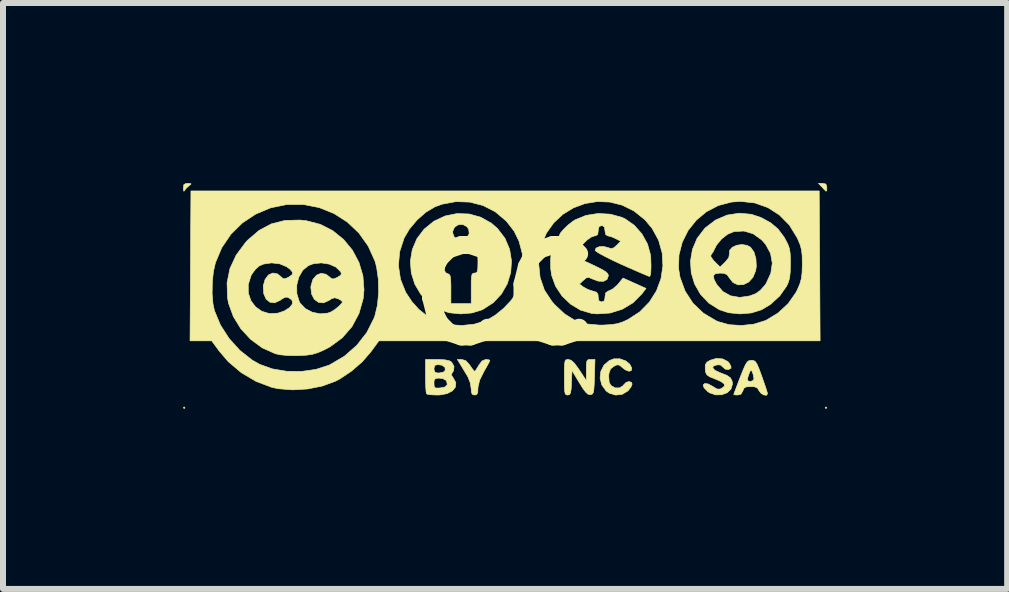
<source format=kicad_pcb>
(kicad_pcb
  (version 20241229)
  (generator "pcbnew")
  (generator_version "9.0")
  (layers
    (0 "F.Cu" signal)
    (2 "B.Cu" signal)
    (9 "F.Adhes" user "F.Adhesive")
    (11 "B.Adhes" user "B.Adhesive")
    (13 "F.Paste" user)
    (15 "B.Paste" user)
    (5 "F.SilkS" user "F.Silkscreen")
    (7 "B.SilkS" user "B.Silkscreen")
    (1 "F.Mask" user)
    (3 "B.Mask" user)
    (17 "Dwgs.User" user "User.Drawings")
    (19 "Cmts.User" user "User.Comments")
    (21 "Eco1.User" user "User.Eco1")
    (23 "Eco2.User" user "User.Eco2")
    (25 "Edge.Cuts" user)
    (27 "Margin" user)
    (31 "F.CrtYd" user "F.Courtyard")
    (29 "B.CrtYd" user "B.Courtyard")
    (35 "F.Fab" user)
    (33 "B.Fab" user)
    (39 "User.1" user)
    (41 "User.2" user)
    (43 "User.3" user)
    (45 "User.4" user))
  (footprint "CC"
    (layer "F.Cu")
    (at 5.367 1.868)
    (property "Reference" "CC" (at 0 0 0) (layer "F.SilkS") (effects (font (size 1.524 1.524) (thickness 0.3))))
    (attr through_hole)
    (fp_poly (pts (xy -5.334 1.877) (xy -5.348 1.891) (xy -5.362 1.877) (xy -5.348 1.863) (xy -5.334 1.877)) (stroke (width 0.01) (type solid)) (fill yes) (layer "F.SilkS"))
    (fp_poly (pts (xy 5.362 1.877) (xy 5.348 1.891) (xy 5.334 1.877) (xy 5.348 1.863) (xy 5.362 1.877)) (stroke (width 0.01) (type solid)) (fill yes) (layer "F.SilkS"))
    (fp_poly (pts (xy 5.346 -1.851) (xy 5.362 -1.804) (xy 5.362 -1.792) (xy 5.361 -1.742) (xy 5.35 -1.731) (xy 5.317 -1.761) (xy 5.286 -1.795) (xy 5.223 -1.863) (xy 5.293 -1.863) (xy 5.346 -1.851)) (stroke (width 0.01) (type solid)) (fill yes) (layer "F.SilkS"))
    (fp_poly (pts (xy -5.235 -1.858) (xy -5.236 -1.846) (xy -5.255 -1.833) (xy -5.312 -1.783) (xy -5.332 -1.756) (xy -5.352 -1.73) (xy -5.36 -1.751) (xy -5.361 -1.785) (xy -5.353 -1.842) (xy -5.316 -1.861) (xy -5.285 -1.862) (xy -5.235 -1.858)) (stroke (width 0.01) (type solid)) (fill yes) (layer "F.SilkS"))
    (fp_poly (pts (xy -0.656 1.092) (xy -0.594 1.158) (xy -0.586 1.171) (xy -0.543 1.232) (xy -0.513 1.267) (xy -0.507 1.27) (xy -0.486 1.248) (xy -0.451 1.192) (xy -0.439 1.171) (xy -0.385 1.098) (xy -0.325 1.073) (xy -0.32 1.072) (xy -0.269 1.078) (xy -0.254 1.089) (xy -0.267 1.12) (xy -0.302 1.185) (xy -0.351 1.271) (xy -0.353 1.274) (xy -0.423 1.415) (xy -0.451 1.532) (xy -0.452 1.554) (xy -0.456 1.627) (xy -0.476 1.659) (xy -0.508 1.665) (xy -0.546 1.655) (xy -0.562 1.614) (xy -0.565 1.559) (xy -0.58 1.463) (xy -0.618 1.366) (xy -0.624 1.355) (xy -0.68 1.262) (xy -0.735 1.171) (xy -0.739 1.164) (xy -0.795 1.072) (xy -0.722 1.072) (xy -0.656 1.092)) (stroke (width 0.01) (type solid)) (fill yes) (layer "F.SilkS"))
    (fp_poly (pts (xy 2.012 1.097) (xy 2.078 1.151) (xy 2.112 1.217) (xy 2.104 1.258) (xy 2.064 1.269) (xy 2.003 1.245) (xy 1.955 1.207) (xy 1.904 1.166) (xy 1.862 1.163) (xy 1.812 1.187) (xy 1.758 1.23) (xy 1.733 1.296) (xy 1.727 1.345) (xy 1.734 1.451) (xy 1.764 1.506) (xy 1.834 1.546) (xy 1.909 1.546) (xy 1.967 1.509) (xy 1.976 1.496) (xy 2.016 1.455) (xy 2.067 1.44) (xy 2.107 1.455) (xy 2.117 1.483) (xy 2.098 1.531) (xy 2.052 1.591) (xy 2.047 1.596) (xy 1.953 1.653) (xy 1.843 1.666) (xy 1.736 1.634) (xy 1.684 1.597) (xy 1.612 1.497) (xy 1.583 1.383) (xy 1.596 1.269) (xy 1.648 1.167) (xy 1.735 1.092) (xy 1.811 1.062) (xy 1.912 1.061) (xy 2.012 1.097)) (stroke (width 0.01) (type solid)) (fill yes) (layer "F.SilkS"))
    (fp_poly (pts (xy 1.49 1.362) (xy 1.485 1.492) (xy 1.479 1.577) (xy 1.469 1.626) (xy 1.452 1.65) (xy 1.427 1.659) (xy 1.422 1.659) (xy 1.386 1.654) (xy 1.346 1.62) (xy 1.294 1.551) (xy 1.239 1.462) (xy 1.115 1.256) (xy 1.106 1.46) (xy 1.101 1.567) (xy 1.091 1.629) (xy 1.074 1.657) (xy 1.047 1.665) (xy 1.043 1.665) (xy 1.018 1.661) (xy 1.002 1.643) (xy 0.993 1.599) (xy 0.989 1.522) (xy 0.988 1.399) (xy 0.988 1.369) (xy 0.988 1.237) (xy 0.991 1.151) (xy 0.999 1.102) (xy 1.013 1.079) (xy 1.037 1.073) (xy 1.055 1.072) (xy 1.101 1.086) (xy 1.151 1.13) (xy 1.215 1.215) (xy 1.238 1.249) (xy 1.354 1.425) (xy 1.354 1.249) (xy 1.356 1.153) (xy 1.363 1.1) (xy 1.382 1.077) (xy 1.418 1.072) (xy 1.426 1.072) (xy 1.498 1.072) (xy 1.49 1.362)) (stroke (width 0.01) (type solid)) (fill yes) (layer "F.SilkS"))
    (fp_poly (pts (xy 3.626 1.063) (xy 3.712 1.107) (xy 3.737 1.135) (xy 3.764 1.188) (xy 3.765 1.218) (xy 3.723 1.241) (xy 3.668 1.233) (xy 3.63 1.199) (xy 3.63 1.198) (xy 3.589 1.164) (xy 3.535 1.162) (xy 3.473 1.181) (xy 3.461 1.213) (xy 3.496 1.252) (xy 3.577 1.291) (xy 3.59 1.296) (xy 3.696 1.337) (xy 3.757 1.38) (xy 3.784 1.434) (xy 3.789 1.485) (xy 3.764 1.567) (xy 3.701 1.627) (xy 3.611 1.66) (xy 3.51 1.663) (xy 3.412 1.63) (xy 3.376 1.607) (xy 3.315 1.543) (xy 3.301 1.496) (xy 3.327 1.473) (xy 3.384 1.48) (xy 3.465 1.524) (xy 3.469 1.527) (xy 3.532 1.565) (xy 3.58 1.566) (xy 3.611 1.553) (xy 3.656 1.517) (xy 3.651 1.479) (xy 3.594 1.438) (xy 3.497 1.396) (xy 3.41 1.361) (xy 3.364 1.329) (xy 3.343 1.288) (xy 3.336 1.235) (xy 3.336 1.162) (xy 3.363 1.118) (xy 3.417 1.086) (xy 3.521 1.055) (xy 3.626 1.063)) (stroke (width 0.01) (type solid)) (fill yes) (layer "F.SilkS"))
    (fp_poly (pts (xy 4.142 1.09) (xy 4.171 1.108) (xy 4.198 1.149) (xy 4.23 1.223) (xy 4.274 1.341) (xy 4.279 1.355) (xy 4.319 1.47) (xy 4.351 1.564) (xy 4.37 1.627) (xy 4.374 1.644) (xy 4.356 1.669) (xy 4.313 1.664) (xy 4.266 1.637) (xy 4.234 1.595) (xy 4.233 1.595) (xy 4.206 1.548) (xy 4.158 1.528) (xy 4.093 1.524) (xy 4.018 1.529) (xy 3.98 1.552) (xy 3.963 1.595) (xy 3.931 1.651) (xy 3.877 1.665) (xy 3.826 1.662) (xy 3.81 1.657) (xy 3.82 1.628) (xy 3.846 1.559) (xy 3.884 1.459) (xy 3.912 1.385) (xy 4.041 1.385) (xy 4.043 1.425) (xy 4.077 1.439) (xy 4.092 1.439) (xy 4.139 1.42) (xy 4.147 1.39) (xy 4.134 1.322) (xy 4.122 1.284) (xy 4.104 1.25) (xy 4.088 1.26) (xy 4.067 1.307) (xy 4.041 1.385) (xy 3.912 1.385) (xy 3.919 1.367) (xy 3.969 1.242) (xy 4.005 1.161) (xy 4.035 1.114) (xy 4.063 1.093) (xy 4.097 1.087) (xy 4.106 1.087) (xy 4.142 1.09)) (stroke (width 0.01) (type solid)) (fill yes) (layer "F.SilkS"))
    (fp_poly (pts (xy -1.006 1.078) (xy -0.928 1.094) (xy -0.891 1.117) (xy -0.851 1.187) (xy -0.858 1.26) (xy -0.88 1.292) (xy -0.896 1.329) (xy -0.867 1.376) (xy -0.866 1.377) (xy -0.821 1.457) (xy -0.827 1.532) (xy -0.877 1.595) (xy -0.967 1.642) (xy -1.09 1.664) (xy -1.128 1.665) (xy -1.219 1.662) (xy -1.285 1.654) (xy -1.308 1.646) (xy -1.316 1.612) (xy -1.322 1.534) (xy -1.324 1.469) (xy -1.185 1.469) (xy -1.181 1.525) (xy -1.158 1.548) (xy -1.098 1.548) (xy -1.08 1.547) (xy -1.002 1.531) (xy -0.967 1.496) (xy -0.964 1.485) (xy -0.976 1.426) (xy -1.036 1.391) (xy -1.108 1.383) (xy -1.162 1.391) (xy -1.183 1.425) (xy -1.185 1.469) (xy -1.324 1.469) (xy -1.326 1.426) (xy -1.326 1.35) (xy -1.326 1.228) (xy -1.185 1.228) (xy -1.176 1.278) (xy -1.138 1.296) (xy -1.1 1.298) (xy -1.027 1.283) (xy -0.997 1.253) (xy -1.002 1.203) (xy -1.052 1.168) (xy -1.122 1.158) (xy -1.171 1.171) (xy -1.185 1.221) (xy -1.185 1.228) (xy -1.326 1.228) (xy -1.326 1.072) (xy -1.131 1.072) (xy -1.006 1.078)) (stroke (width 0.01) (type solid)) (fill yes) (layer "F.SilkS"))
    (fp_poly (pts (xy 0.846 -0.764) (xy 0.914 -0.743) (xy 1.015 -0.703) (xy 1.157 -0.641) (xy 1.267 -0.592) (xy 1.433 -0.517) (xy 1.553 -0.459) (xy 1.636 -0.416) (xy 1.687 -0.382) (xy 1.713 -0.354) (xy 1.721 -0.328) (xy 1.722 -0.324) (xy 1.699 -0.261) (xy 1.64 -0.23) (xy 1.553 -0.233) (xy 1.456 -0.269) (xy 1.396 -0.295) (xy 1.354 -0.288) (xy 1.307 -0.249) (xy 1.239 -0.185) (xy 1.304 -0.136) (xy 1.38 -0.094) (xy 1.46 -0.068) (xy 1.525 -0.048) (xy 1.549 -0.01) (xy 1.552 0.031) (xy 1.562 0.092) (xy 1.597 0.112) (xy 1.609 0.113) (xy 1.65 0.099) (xy 1.665 0.05) (xy 1.665 0.029) (xy 1.676 -0.037) (xy 1.719 -0.068) (xy 1.736 -0.073) (xy 1.799 -0.106) (xy 1.868 -0.166) (xy 1.887 -0.188) (xy 1.966 -0.284) (xy 2.158 -0.198) (xy 2.349 -0.112) (xy 2.28 -0.021) (xy 2.132 0.128) (xy 1.952 0.236) (xy 1.748 0.299) (xy 1.53 0.313) (xy 1.439 0.304) (xy 1.257 0.25) (xy 1.091 0.15) (xy 0.949 0.014) (xy 0.841 -0.149) (xy 0.776 -0.329) (xy 0.761 -0.437) (xy 0.758 -0.579) (xy 0.767 -0.689) (xy 0.786 -0.756) (xy 0.787 -0.758) (xy 0.806 -0.769) (xy 0.846 -0.764)) (stroke (width 0.01) (type solid)) (fill yes) (layer "F.SilkS"))
    (fp_poly (pts (xy 1.753 -1.349) (xy 1.946 -1.296) (xy 2.002 -1.27) (xy 2.154 -1.163) (xy 2.281 -1.019) (xy 2.374 -0.851) (xy 2.423 -0.673) (xy 2.428 -0.621) (xy 2.432 -0.477) (xy 2.428 -0.375) (xy 2.416 -0.32) (xy 2.406 -0.311) (xy 2.374 -0.323) (xy 2.3 -0.354) (xy 2.193 -0.4) (xy 2.06 -0.458) (xy 1.947 -0.508) (xy 1.799 -0.577) (xy 1.673 -0.64) (xy 1.575 -0.692) (xy 1.516 -0.73) (xy 1.501 -0.746) (xy 1.516 -0.784) (xy 1.569 -0.807) (xy 1.641 -0.811) (xy 1.714 -0.792) (xy 1.77 -0.775) (xy 1.815 -0.79) (xy 1.857 -0.828) (xy 1.927 -0.898) (xy 1.84 -0.943) (xy 1.768 -0.974) (xy 1.711 -0.988) (xy 1.709 -0.988) (xy 1.675 -1.011) (xy 1.665 -1.072) (xy 1.656 -1.134) (xy 1.623 -1.156) (xy 1.609 -1.157) (xy 1.567 -1.144) (xy 1.553 -1.094) (xy 1.552 -1.072) (xy 1.544 -1.011) (xy 1.511 -0.989) (xy 1.494 -0.988) (xy 1.438 -0.969) (xy 1.37 -0.921) (xy 1.349 -0.902) (xy 1.263 -0.815) (xy 1.083 -0.894) (xy 0.994 -0.935) (xy 0.929 -0.97) (xy 0.903 -0.991) (xy 0.903 -0.992) (xy 0.924 -1.036) (xy 0.978 -1.099) (xy 1.051 -1.169) (xy 1.13 -1.231) (xy 1.167 -1.254) (xy 1.347 -1.328) (xy 1.548 -1.36) (xy 1.753 -1.349)) (stroke (width 0.01) (type solid)) (fill yes) (layer "F.SilkS"))
    (fp_poly (pts (xy -0.599 -1.352) (xy -0.405 -1.298) (xy -0.225 -1.196) (xy -0.128 -1.112) (xy -0.002 -0.947) (xy 0.076 -0.763) (xy 0.107 -0.57) (xy 0.094 -0.376) (xy 0.037 -0.189) (xy -0.061 -0.018) (xy -0.199 0.128) (xy -0.375 0.241) (xy -0.381 0.244) (xy -0.55 0.297) (xy -0.741 0.313) (xy -0.931 0.294) (xy -1.087 0.243) (xy -1.265 0.131) (xy -1.405 -0.014) (xy -1.505 -0.184) (xy -1.563 -0.37) (xy -1.578 -0.563) (xy -1.578 -0.565) (xy -1.016 -0.565) (xy -1.014 -0.462) (xy -1.006 -0.402) (xy -0.987 -0.371) (xy -0.96 -0.359) (xy -0.932 -0.346) (xy -0.915 -0.319) (xy -0.907 -0.264) (xy -0.903 -0.171) (xy -0.903 -0.101) (xy -0.903 0.141) (xy -0.564 0.141) (xy -0.564 -0.113) (xy -0.564 -0.234) (xy -0.559 -0.309) (xy -0.549 -0.349) (xy -0.53 -0.364) (xy -0.508 -0.367) (xy -0.479 -0.372) (xy -0.462 -0.395) (xy -0.454 -0.449) (xy -0.452 -0.544) (xy -0.452 -0.573) (xy -0.456 -0.69) (xy -0.469 -0.775) (xy -0.485 -0.813) (xy -0.533 -0.831) (xy -0.627 -0.843) (xy -0.751 -0.847) (xy -0.871 -0.845) (xy -0.948 -0.834) (xy -0.992 -0.804) (xy -1.011 -0.742) (xy -1.016 -0.641) (xy -1.016 -0.565) (xy -1.578 -0.565) (xy -1.547 -0.756) (xy -1.47 -0.939) (xy -1.391 -1.044) (xy -0.875 -1.044) (xy -0.852 -0.976) (xy -0.798 -0.922) (xy -0.741 -0.903) (xy -0.686 -0.921) (xy -0.644 -0.95) (xy -0.598 -1.022) (xy -0.606 -1.098) (xy -0.637 -1.141) (xy -0.707 -1.178) (xy -0.782 -1.172) (xy -0.844 -1.13) (xy -0.874 -1.058) (xy -0.875 -1.044) (xy -1.391 -1.044) (xy -1.35 -1.098) (xy -1.185 -1.232) (xy -0.999 -1.319) (xy -0.801 -1.359) (xy -0.599 -1.352)) (stroke (width 0.01) (type solid)) (fill yes) (layer "F.SilkS"))
    (fp_poly (pts (xy 4.104 -1.347) (xy 4.265 -1.293) (xy 4.426 -1.205) (xy 4.547 -1.103) (xy 4.645 -0.973) (xy 4.672 -0.927) (xy 4.713 -0.847) (xy 4.738 -0.777) (xy 4.751 -0.697) (xy 4.755 -0.589) (xy 4.755 -0.522) (xy 4.752 -0.386) (xy 4.742 -0.289) (xy 4.721 -0.214) (xy 4.692 -0.15) (xy 4.576 0.015) (xy 4.421 0.156) (xy 4.276 0.243) (xy 4.106 0.297) (xy 3.916 0.313) (xy 3.726 0.294) (xy 3.57 0.243) (xy 3.393 0.131) (xy 3.256 -0.015) (xy 3.158 -0.186) (xy 3.102 -0.373) (xy 3.09 -0.567) (xy 3.102 -0.64) (xy 3.429 -0.64) (xy 3.47 -0.583) (xy 3.492 -0.559) (xy 3.583 -0.468) (xy 3.668 -0.55) (xy 3.728 -0.624) (xy 3.738 -0.681) (xy 3.742 -0.746) (xy 3.787 -0.797) (xy 3.861 -0.831) (xy 3.947 -0.843) (xy 4.034 -0.829) (xy 4.091 -0.797) (xy 4.147 -0.72) (xy 4.18 -0.609) (xy 4.187 -0.483) (xy 4.177 -0.409) (xy 4.131 -0.297) (xy 4.06 -0.218) (xy 3.973 -0.175) (xy 3.882 -0.171) (xy 3.798 -0.21) (xy 3.738 -0.286) (xy 3.7 -0.34) (xy 3.648 -0.363) (xy 3.583 -0.367) (xy 3.505 -0.357) (xy 3.472 -0.324) (xy 3.483 -0.261) (xy 3.527 -0.178) (xy 3.629 -0.06) (xy 3.759 0.012) (xy 3.91 0.038) (xy 4.075 0.014) (xy 4.174 -0.023) (xy 4.251 -0.077) (xy 4.327 -0.161) (xy 4.349 -0.192) (xy 4.428 -0.362) (xy 4.453 -0.532) (xy 4.424 -0.695) (xy 4.342 -0.846) (xy 4.274 -0.922) (xy 4.134 -1.022) (xy 3.98 -1.068) (xy 3.814 -1.059) (xy 3.811 -1.058) (xy 3.706 -1.013) (xy 3.603 -0.931) (xy 3.522 -0.831) (xy 3.498 -0.783) (xy 3.464 -0.715) (xy 3.433 -0.673) (xy 3.431 -0.671) (xy 3.429 -0.64) (xy 3.102 -0.64) (xy 3.122 -0.761) (xy 3.2 -0.945) (xy 3.326 -1.11) (xy 3.339 -1.123) (xy 3.507 -1.251) (xy 3.698 -1.333) (xy 3.9 -1.365) (xy 4.104 -1.347)) (stroke (width 0.01) (type solid)) (fill yes) (layer "F.SilkS"))
    (fp_poly (pts (xy -3.309 -1.239) (xy -3.078 -1.179) (xy -2.871 -1.073) (xy -2.691 -0.927) (xy -2.544 -0.749) (xy -2.435 -0.544) (xy -2.369 -0.321) (xy -2.351 -0.087) (xy -2.365 0.06) (xy -2.435 0.307) (xy -2.552 0.526) (xy -2.714 0.712) (xy -2.918 0.862) (xy -3.013 0.912) (xy -3.118 0.958) (xy -3.209 0.986) (xy -3.309 1.001) (xy -3.44 1.008) (xy -3.457 1.008) (xy -3.617 1.007) (xy -3.752 0.994) (xy -3.83 0.976) (xy -4.047 0.879) (xy -4.24 0.737) (xy -4.403 0.561) (xy -4.528 0.358) (xy -4.608 0.138) (xy -4.626 0.041) (xy -4.632 -0.175) (xy -4.28 -0.175) (xy -4.279 -0.034) (xy -4.236 0.092) (xy -4.158 0.196) (xy -4.053 0.27) (xy -3.927 0.308) (xy -3.787 0.301) (xy -3.679 0.264) (xy -3.591 0.208) (xy -3.545 0.149) (xy -3.547 0.093) (xy -3.572 0.066) (xy -3.623 0.035) (xy -3.668 0.036) (xy -3.727 0.07) (xy -3.751 0.088) (xy -3.84 0.128) (xy -3.92 0.118) (xy -3.983 0.065) (xy -4.022 -0.024) (xy -4.03 -0.143) (xy -4.029 -0.157) (xy -4.027 -0.165) (xy -3.472 -0.165) (xy -3.47 -0.024) (xy -3.43 0.108) (xy -3.414 0.136) (xy -3.33 0.224) (xy -3.213 0.285) (xy -3.081 0.312) (xy -2.954 0.3) (xy -2.898 0.279) (xy -2.835 0.239) (xy -2.771 0.187) (xy -2.724 0.139) (xy -2.709 0.113) (xy -2.732 0.088) (xy -2.781 0.061) (xy -2.839 0.044) (xy -2.892 0.06) (xy -2.934 0.088) (xy -3.025 0.129) (xy -3.11 0.12) (xy -3.179 0.069) (xy -3.224 -0.016) (xy -3.237 -0.13) (xy -3.234 -0.155) (xy -3.203 -0.261) (xy -3.143 -0.332) (xy -3.068 -0.363) (xy -2.986 -0.348) (xy -2.935 -0.31) (xy -2.891 -0.273) (xy -2.851 -0.271) (xy -2.794 -0.296) (xy -2.739 -0.331) (xy -2.728 -0.362) (xy -2.742 -0.392) (xy -2.82 -0.468) (xy -2.932 -0.517) (xy -3.062 -0.537) (xy -3.193 -0.523) (xy -3.276 -0.493) (xy -3.372 -0.414) (xy -3.438 -0.299) (xy -3.472 -0.165) (xy -4.027 -0.165) (xy -3.998 -0.264) (xy -3.943 -0.336) (xy -3.871 -0.368) (xy -3.794 -0.354) (xy -3.74 -0.311) (xy -3.701 -0.276) (xy -3.662 -0.274) (xy -3.607 -0.299) (xy -3.55 -0.339) (xy -3.542 -0.381) (xy -3.583 -0.431) (xy -3.64 -0.473) (xy -3.755 -0.521) (xy -3.89 -0.537) (xy -4.023 -0.518) (xy -4.096 -0.487) (xy -4.16 -0.431) (xy -4.22 -0.349) (xy -4.234 -0.323) (xy -4.28 -0.175) (xy -4.632 -0.175) (xy -4.633 -0.207) (xy -4.585 -0.443) (xy -4.481 -0.667) (xy -4.323 -0.88) (xy -4.289 -0.916) (xy -4.1 -1.078) (xy -3.895 -1.187) (xy -3.669 -1.244) (xy -3.419 -1.251) (xy -3.309 -1.239)) (stroke (width 0.01) (type solid)) (fill yes) (layer "F.SilkS"))
    (fp_poly (pts (xy 5.25 0.762) (xy -2.103 0.762) (xy -2.236 0.944) (xy -2.38 1.111) (xy -2.56 1.267) (xy -2.755 1.397) (xy -2.828 1.435) (xy -3.045 1.515) (xy -3.289 1.564) (xy -3.54 1.579) (xy -3.778 1.56) (xy -3.887 1.537) (xy -4.148 1.439) (xy -4.395 1.293) (xy -4.613 1.109) (xy -4.759 0.938) (xy -4.889 0.762) (xy -5.25 0.762) (xy -5.245 -0.025) (xy -4.882 -0.025) (xy -4.868 0.144) (xy -4.844 0.257) (xy -4.744 0.498) (xy -4.599 0.723) (xy -4.419 0.922) (xy -4.213 1.084) (xy -4.091 1.153) (xy -3.88 1.229) (xy -3.642 1.269) (xy -3.394 1.272) (xy -3.153 1.238) (xy -2.936 1.168) (xy -2.921 1.161) (xy -2.679 1.019) (xy -2.471 0.837) (xy -2.304 0.623) (xy -2.182 0.381) (xy -2.171 0.35) (xy -2.127 0.168) (xy -2.107 -0.043) (xy -2.112 -0.262) (xy -2.141 -0.466) (xy -2.148 -0.492) (xy -1.777 -0.492) (xy -1.743 -0.264) (xy -1.656 -0.047) (xy -1.552 0.11) (xy -1.437 0.238) (xy -1.315 0.335) (xy -1.164 0.417) (xy -1.104 0.443) (xy -0.923 0.493) (xy -0.719 0.506) (xy -0.513 0.484) (xy -0.324 0.427) (xy -0.304 0.418) (xy -0.162 0.333) (xy -0.021 0.218) (xy 0.102 0.087) (xy 0.19 -0.041) (xy 0.192 -0.046) (xy 0.267 -0.248) (xy 0.299 -0.469) (xy 0.296 -0.521) (xy 0.56 -0.521) (xy 0.584 -0.291) (xy 0.655 -0.085) (xy 0.779 0.104) (xy 0.825 0.157) (xy 0.992 0.314) (xy 1.164 0.42) (xy 1.354 0.48) (xy 1.574 0.5) (xy 1.639 0.499) (xy 1.775 0.491) (xy 1.876 0.475) (xy 1.966 0.445) (xy 2.046 0.408) (xy 2.245 0.279) (xy 2.404 0.117) (xy 2.522 -0.069) (xy 2.598 -0.273) (xy 2.624 -0.447) (xy 2.891 -0.447) (xy 2.915 -0.299) (xy 3 -0.067) (xy 3.131 0.135) (xy 3.305 0.301) (xy 3.517 0.427) (xy 3.551 0.442) (xy 3.734 0.493) (xy 3.939 0.506) (xy 4.146 0.484) (xy 4.336 0.425) (xy 4.352 0.418) (xy 4.55 0.298) (xy 4.719 0.14) (xy 4.848 -0.044) (xy 4.872 -0.092) (xy 4.913 -0.189) (xy 4.937 -0.274) (xy 4.949 -0.369) (xy 4.953 -0.496) (xy 4.953 -0.522) (xy 4.951 -0.653) (xy 4.941 -0.749) (xy 4.92 -0.832) (xy 4.883 -0.922) (xy 4.865 -0.96) (xy 4.737 -1.168) (xy 4.572 -1.335) (xy 4.379 -1.459) (xy 4.161 -1.536) (xy 3.927 -1.562) (xy 3.774 -1.551) (xy 3.553 -1.493) (xy 3.356 -1.39) (xy 3.187 -1.249) (xy 3.05 -1.077) (xy 2.952 -0.881) (xy 2.898 -0.669) (xy 2.891 -0.447) (xy 2.624 -0.447) (xy 2.63 -0.487) (xy 2.618 -0.702) (xy 2.559 -0.913) (xy 2.452 -1.11) (xy 2.333 -1.253) (xy 2.15 -1.401) (xy 1.952 -1.499) (xy 1.745 -1.551) (xy 1.537 -1.559) (xy 1.332 -1.526) (xy 1.139 -1.454) (xy 0.963 -1.346) (xy 0.811 -1.205) (xy 0.689 -1.033) (xy 0.605 -0.833) (xy 0.563 -0.608) (xy 0.56 -0.521) (xy 0.296 -0.521) (xy 0.287 -0.688) (xy 0.285 -0.699) (xy 0.233 -0.897) (xy 0.152 -1.064) (xy 0.03 -1.222) (xy 0.012 -1.241) (xy -0.164 -1.389) (xy -0.367 -1.493) (xy -0.588 -1.55) (xy -0.818 -1.558) (xy -1.047 -1.516) (xy -1.17 -1.471) (xy -1.321 -1.381) (xy -1.467 -1.252) (xy -1.595 -1.1) (xy -1.682 -0.952) (xy -1.757 -0.723) (xy -1.777 -0.492) (xy -2.148 -0.492) (xy -2.169 -0.569) (xy -2.281 -0.817) (xy -2.436 -1.035) (xy -2.628 -1.217) (xy -2.85 -1.359) (xy -3.096 -1.458) (xy -3.359 -1.51) (xy -3.633 -1.51) (xy -3.641 -1.509) (xy -3.909 -1.454) (xy -4.158 -1.349) (xy -4.38 -1.201) (xy -4.57 -1.013) (xy -4.721 -0.791) (xy -4.827 -0.54) (xy -4.861 -0.388) (xy -4.879 -0.209) (xy -4.882 -0.025) (xy -5.245 -0.025) (xy -5.243 -0.487) (xy -5.235 -1.736) (xy 5.235 -1.736) (xy 5.25 0.762)) (stroke (width 0.01) (type solid)) (fill yes) (layer "F.SilkS")))
  (gr_rect
    (start -3 -3)
    (end 13.734 6.764)
    (stroke (width 0.1) (type default))
    (fill no)
    (layer "Edge.Cuts")))
</source>
